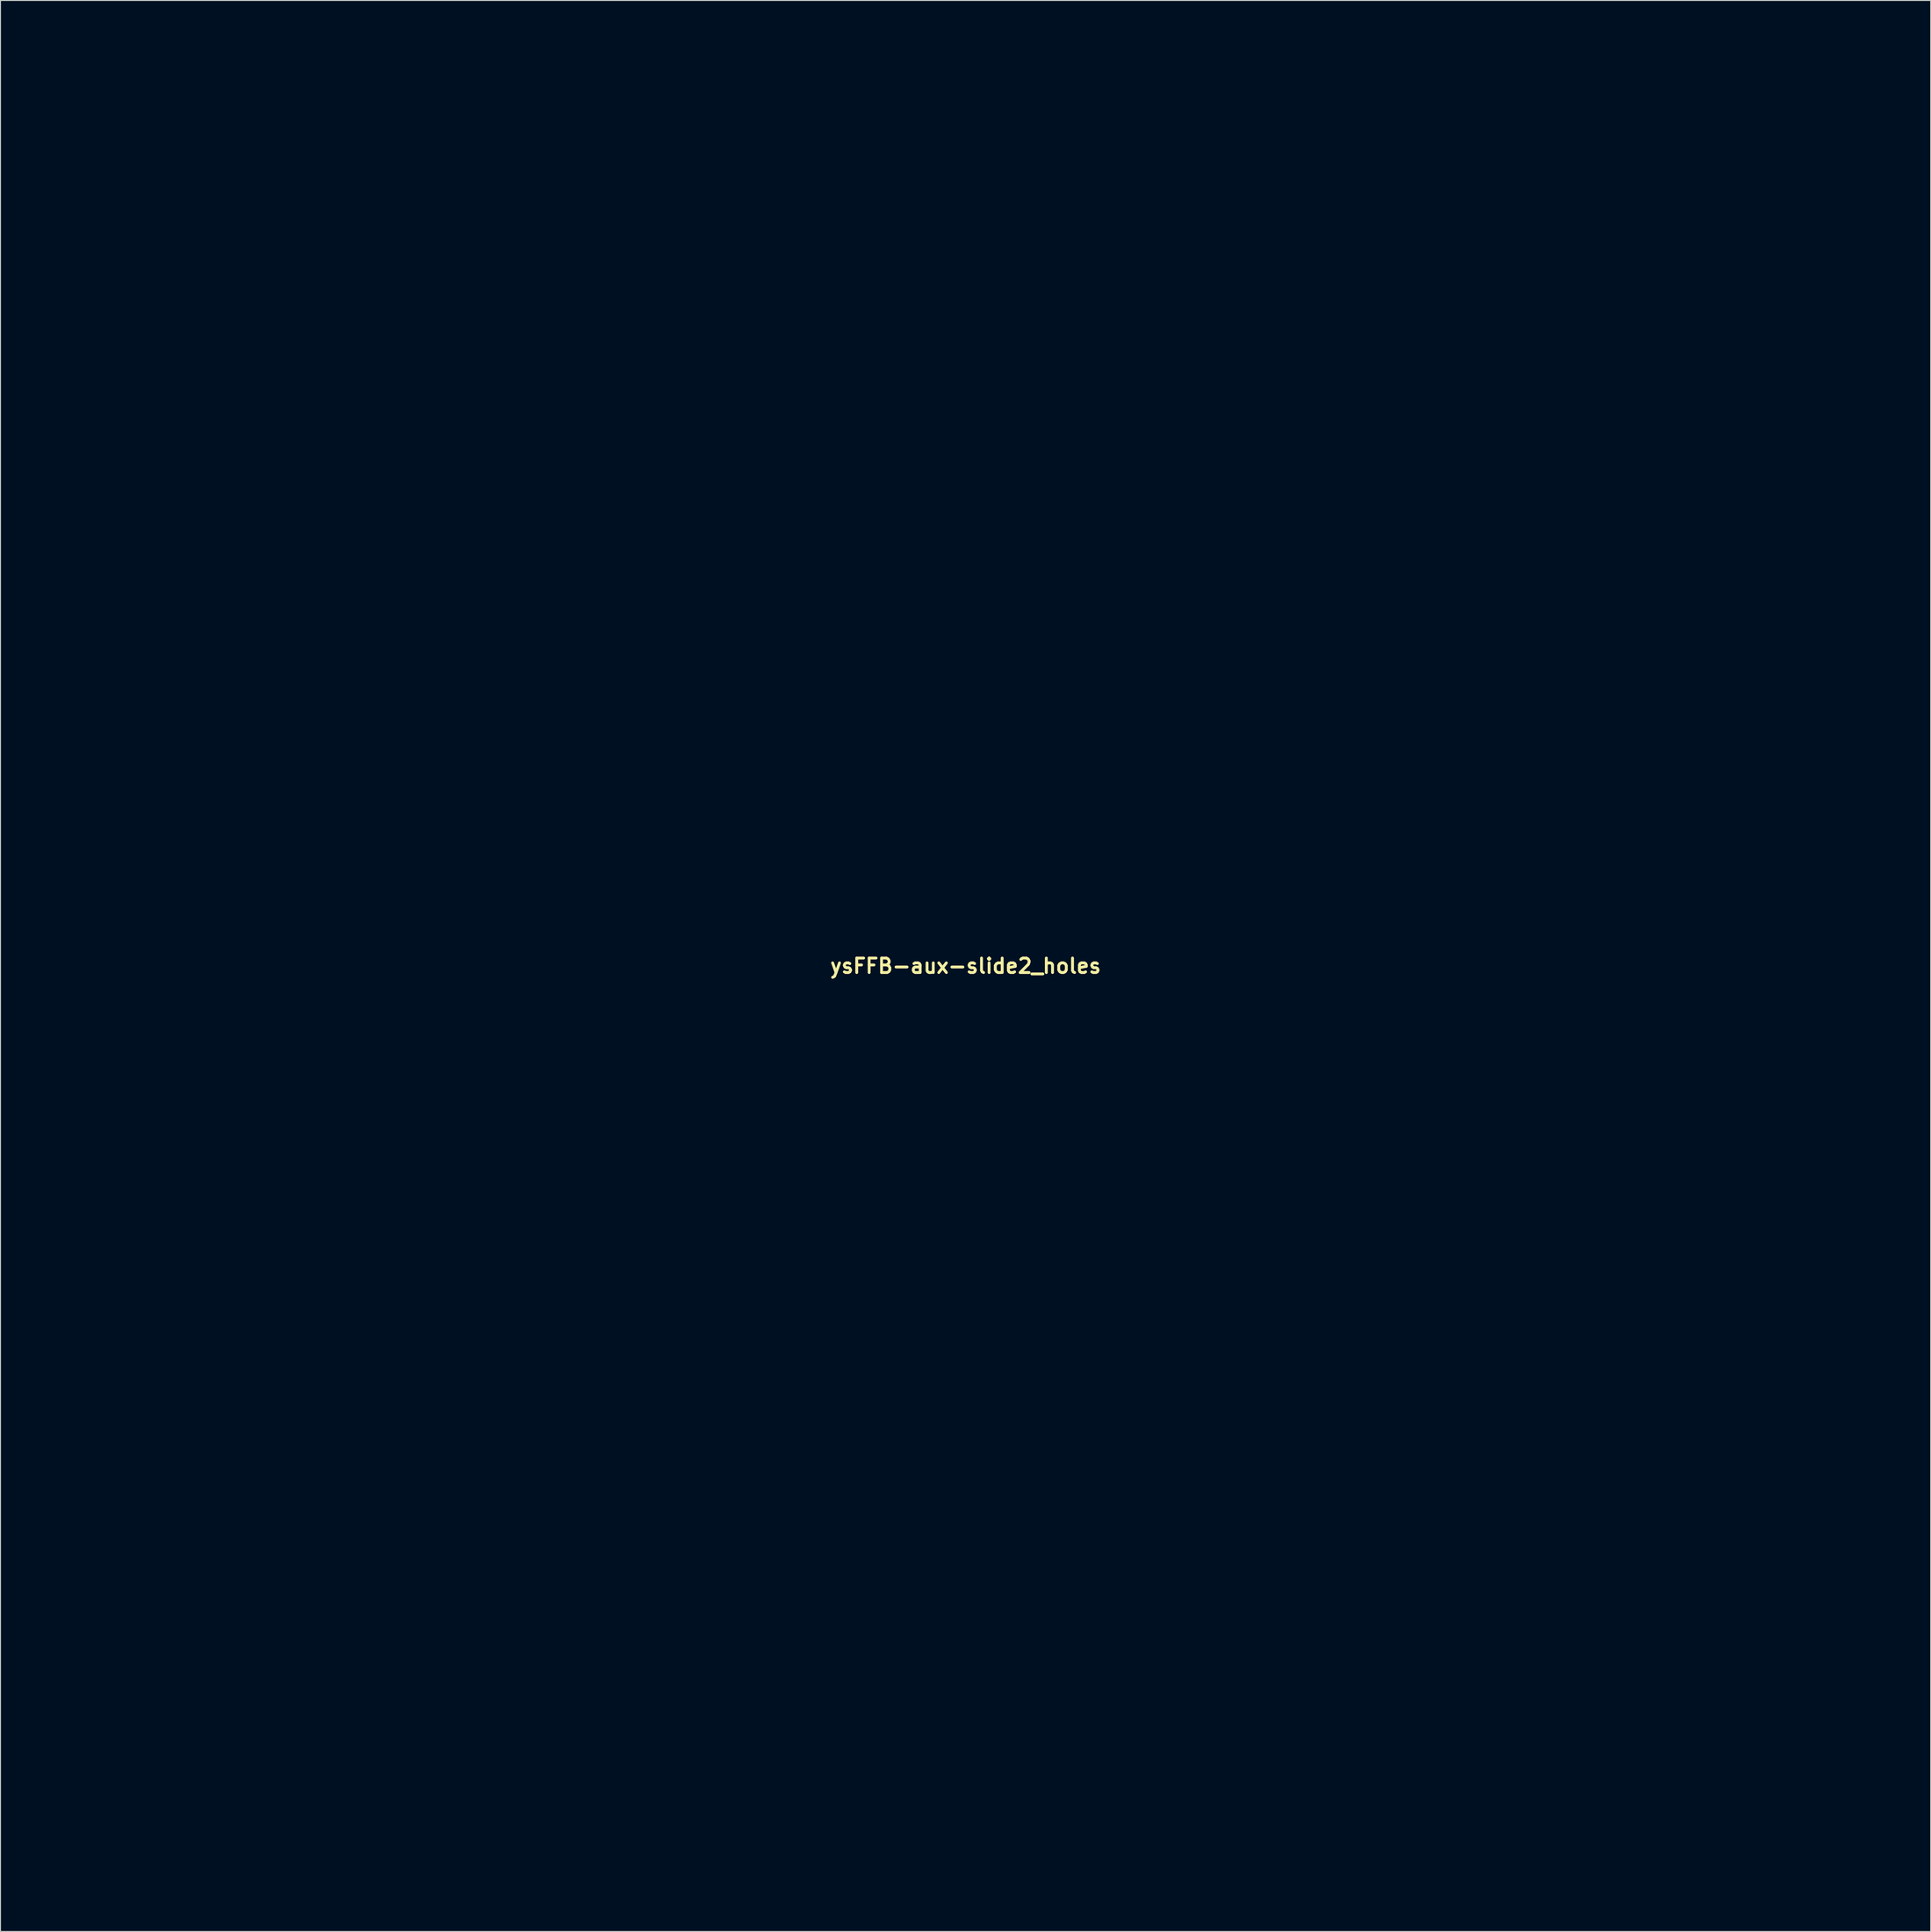
<source format=kicad_pcb>
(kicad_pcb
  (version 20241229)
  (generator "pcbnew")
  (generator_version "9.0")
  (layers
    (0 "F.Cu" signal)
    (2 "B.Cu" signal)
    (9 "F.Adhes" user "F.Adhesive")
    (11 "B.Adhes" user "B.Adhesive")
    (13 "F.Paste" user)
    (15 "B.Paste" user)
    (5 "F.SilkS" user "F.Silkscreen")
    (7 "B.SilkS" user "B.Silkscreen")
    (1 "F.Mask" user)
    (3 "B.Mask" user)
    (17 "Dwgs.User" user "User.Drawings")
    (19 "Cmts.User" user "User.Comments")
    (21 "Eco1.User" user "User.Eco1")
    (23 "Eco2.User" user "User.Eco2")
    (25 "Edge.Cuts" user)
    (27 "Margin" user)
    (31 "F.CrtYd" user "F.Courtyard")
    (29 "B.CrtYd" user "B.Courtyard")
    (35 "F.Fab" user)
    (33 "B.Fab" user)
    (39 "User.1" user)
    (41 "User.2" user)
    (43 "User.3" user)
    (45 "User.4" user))
  (footprint "ysFFB-aux-slide2_holes"
    (layer "F.Cu")
    (at 98.605 98.607)
    (property "Reference" "ysFFB-aux-slide2_holes" (at 0 0 0) (layer "F.SilkS") (effects (font (size 1.524 1.524) (thickness 0.3))))
    (attr through_hole)
    (fp_poly (pts (xy -76.2 20.015) (xy -77.8 20.015) (xy -77.8 -45.999) (xy -76.2 -45.999) (xy -76.2 20.015)) (stroke (width 0.01) (type solid)) (fill no) (layer "Eco1.User"))
    (fp_poly (pts (xy -6.198 20.015) (xy -7.798 20.015) (xy -7.798 -45.999) (xy -6.198 -45.999) (xy -6.198 20.015)) (stroke (width 0.01) (type solid)) (fill no) (layer "Eco1.User"))
    (fp_poly (pts (xy 7.798 20.015) (xy 6.198 20.015) (xy 6.198 -45.999) (xy 7.798 -45.999) (xy 7.798 20.015)) (stroke (width 0.01) (type solid)) (fill no) (layer "Eco1.User"))
    (fp_poly (pts (xy 77.8 20.015) (xy 76.2 20.015) (xy 76.2 -45.999) (xy 77.8 -45.999) (xy 77.8 20.015)) (stroke (width 0.01) (type solid)) (fill no) (layer "Eco1.User"))
    (fp_poly (pts (xy -90.202 -12.998) (xy -90.208 20.003) (xy -91.002 20.009) (xy -91.796 20.016) (xy -91.796 -45.999) (xy -90.195 -45.999) (xy -90.202 -12.998)) (stroke (width 0.01) (type solid)) (fill no) (layer "Eco1.User"))
    (fp_poly (pts (xy -20.199 -12.998) (xy -20.206 20.003) (xy -20.999 20.009) (xy -21.793 20.016) (xy -21.793 -45.999) (xy -20.193 -45.999) (xy -20.199 -12.998)) (stroke (width 0.01) (type solid)) (fill no) (layer "Eco1.User"))
    (fp_poly (pts (xy 63.798 -12.998) (xy 63.792 20.003) (xy 62.998 20.009) (xy 62.205 20.016) (xy 62.205 -45.999) (xy 63.805 -45.999) (xy 63.798 -12.998)) (stroke (width 0.01) (type solid)) (fill no) (layer "Eco1.User"))
    (fp_poly (pts (xy -93.712 -61.572) (xy -93.449 -61.504) (xy -93.205 -61.388) (xy -92.98 -61.225) (xy -92.885 -61.138) (xy -92.696 -60.921) (xy -92.555 -60.689) (xy -92.461 -60.442) (xy -92.413 -60.175) (xy -92.406 -60.008) (xy -92.429 -59.718) (xy -92.498 -59.449) (xy -92.613 -59.202) (xy -92.774 -58.977) (xy -92.861 -58.883) (xy -93.08 -58.694) (xy -93.311 -58.554) (xy -93.56 -58.46) (xy -93.829 -58.412) (xy -93.928 -58.405) (xy -94.101 -58.405) (xy -94.254 -58.418) (xy -94.323 -58.43) (xy -94.602 -58.519) (xy -94.854 -58.649) (xy -95.075 -58.818) (xy -95.262 -59.024) (xy -95.414 -59.263) (xy -95.427 -59.29) (xy -95.532 -59.557) (xy -95.589 -59.827) (xy -95.599 -60.095) (xy -95.563 -60.357) (xy -95.483 -60.607) (xy -95.361 -60.843) (xy -95.252 -60.985) (xy -94.132 -60.985) (xy -94.132 -59.004) (xy -93.878 -59.004) (xy -93.878 -60.985) (xy -94.132 -60.985) (xy -95.252 -60.985) (xy -95.198 -61.057) (xy -94.996 -61.247) (xy -94.756 -61.408) (xy -94.685 -61.446) (xy -94.461 -61.534) (xy -94.213 -61.583) (xy -93.996 -61.595) (xy -93.712 -61.572)) (stroke (width 0.01) (type solid)) (fill no) (layer "Eco1.User"))
    (fp_poly (pts (xy -62.205 20.015) (xy -62.988 20.015) (xy -63.182 20.015) (xy -63.36 20.013) (xy -63.516 20.011) (xy -63.642 20.008) (xy -63.732 20.004) (xy -63.781 20) (xy -63.788 19.998) (xy -63.789 19.972) (xy -63.789 19.897) (xy -63.79 19.772) (xy -63.79 19.599) (xy -63.791 19.38) (xy -63.792 19.114) (xy -63.792 18.803) (xy -63.793 18.448) (xy -63.794 18.05) (xy -63.794 17.609) (xy -63.795 17.127) (xy -63.795 16.605) (xy -63.796 16.043) (xy -63.796 15.442) (xy -63.797 14.804) (xy -63.797 14.13) (xy -63.798 13.419) (xy -63.798 12.674) (xy -63.799 11.896) (xy -63.799 11.084) (xy -63.8 10.24) (xy -63.8 9.366) (xy -63.801 8.461) (xy -63.801 7.527) (xy -63.801 6.565) (xy -63.802 5.576) (xy -63.802 4.561) (xy -63.803 3.521) (xy -63.803 2.456) (xy -63.803 1.367) (xy -63.803 0.256) (xy -63.804 -0.876) (xy -63.804 -2.029) (xy -63.804 -3.202) (xy -63.804 -4.393) (xy -63.804 -5.602) (xy -63.804 -6.828) (xy -63.805 -8.069) (xy -63.805 -9.326) (xy -63.805 -10.597) (xy -63.805 -11.88) (xy -63.805 -13.009) (xy -63.805 -45.999) (xy -62.205 -45.999) (xy -62.205 20.015)) (stroke (width 0.01) (type solid)) (fill no) (layer "Eco1.User"))
    (fp_poly (pts (xy 21.793 20.015) (xy 21.01 20.015) (xy 20.815 20.015) (xy 20.637 20.013) (xy 20.482 20.011) (xy 20.356 20.008) (xy 20.265 20.004) (xy 20.217 20) (xy 20.21 19.998) (xy 20.209 19.972) (xy 20.209 19.897) (xy 20.208 19.772) (xy 20.207 19.599) (xy 20.207 19.38) (xy 20.206 19.114) (xy 20.205 18.803) (xy 20.205 18.448) (xy 20.204 18.05) (xy 20.204 17.609) (xy 20.203 17.127) (xy 20.202 16.605) (xy 20.202 16.043) (xy 20.201 15.442) (xy 20.201 14.804) (xy 20.2 14.13) (xy 20.2 13.419) (xy 20.199 12.674) (xy 20.199 11.896) (xy 20.198 11.084) (xy 20.198 10.24) (xy 20.198 9.366) (xy 20.197 8.461) (xy 20.197 7.527) (xy 20.196 6.565) (xy 20.196 5.576) (xy 20.196 4.561) (xy 20.195 3.521) (xy 20.195 2.456) (xy 20.195 1.367) (xy 20.194 0.256) (xy 20.194 -0.876) (xy 20.194 -2.029) (xy 20.194 -3.202) (xy 20.194 -4.393) (xy 20.193 -5.602) (xy 20.193 -6.828) (xy 20.193 -8.069) (xy 20.193 -9.326) (xy 20.193 -10.597) (xy 20.193 -11.88) (xy 20.193 -13.009) (xy 20.193 -45.999) (xy 21.793 -45.999) (xy 21.793 20.015)) (stroke (width 0.01) (type solid)) (fill no) (layer "Eco1.User"))
    (fp_poly (pts (xy 91.796 20.015) (xy 91.012 20.015) (xy 90.818 20.015) (xy 90.64 20.013) (xy 90.485 20.011) (xy 90.358 20.008) (xy 90.268 20.004) (xy 90.219 20) (xy 90.212 19.998) (xy 90.212 19.972) (xy 90.211 19.897) (xy 90.21 19.772) (xy 90.21 19.599) (xy 90.209 19.38) (xy 90.208 19.114) (xy 90.208 18.803) (xy 90.207 18.448) (xy 90.207 18.05) (xy 90.206 17.609) (xy 90.205 17.127) (xy 90.205 16.605) (xy 90.204 16.043) (xy 90.204 15.442) (xy 90.203 14.804) (xy 90.203 14.13) (xy 90.202 13.419) (xy 90.202 12.674) (xy 90.201 11.896) (xy 90.201 11.084) (xy 90.2 10.24) (xy 90.2 9.366) (xy 90.2 8.461) (xy 90.199 7.527) (xy 90.199 6.565) (xy 90.198 5.576) (xy 90.198 4.561) (xy 90.198 3.521) (xy 90.197 2.456) (xy 90.197 1.367) (xy 90.197 0.256) (xy 90.197 -0.876) (xy 90.196 -2.029) (xy 90.196 -3.202) (xy 90.196 -4.393) (xy 90.196 -5.602) (xy 90.196 -6.828) (xy 90.196 -8.069) (xy 90.196 -9.326) (xy 90.195 -10.597) (xy 90.195 -11.88) (xy 90.195 -13.009) (xy 90.195 -45.999) (xy 91.796 -45.999) (xy 91.796 20.015)) (stroke (width 0.01) (type solid)) (fill no) (layer "Eco1.User"))
    (fp_poly (pts (xy -48.19 -12.998) (xy -48.197 20.003) (xy -48.986 20.009) (xy -49.181 20.01) (xy -49.36 20.01) (xy -49.516 20.009) (xy -49.643 20.007) (xy -49.735 20.004) (xy -49.785 20.001) (xy -49.792 19.999) (xy -49.793 19.973) (xy -49.793 19.897) (xy -49.794 19.772) (xy -49.795 19.6) (xy -49.795 19.38) (xy -49.796 19.114) (xy -49.797 18.803) (xy -49.797 18.448) (xy -49.798 18.05) (xy -49.799 17.609) (xy -49.799 17.127) (xy -49.8 16.605) (xy -49.8 16.043) (xy -49.801 15.443) (xy -49.801 14.805) (xy -49.802 14.13) (xy -49.802 13.42) (xy -49.803 12.675) (xy -49.803 11.896) (xy -49.804 11.084) (xy -49.804 10.24) (xy -49.805 9.366) (xy -49.805 8.461) (xy -49.806 7.527) (xy -49.806 6.566) (xy -49.806 5.576) (xy -49.807 4.561) (xy -49.807 3.521) (xy -49.807 2.456) (xy -49.808 1.367) (xy -49.808 0.256) (xy -49.808 -0.876) (xy -49.808 -2.029) (xy -49.809 -3.202) (xy -49.809 -4.393) (xy -49.809 -5.602) (xy -49.809 -6.828) (xy -49.809 -8.07) (xy -49.809 -9.326) (xy -49.809 -10.597) (xy -49.809 -11.88) (xy -49.809 -13.009) (xy -49.809 -45.999) (xy -48.184 -45.999) (xy -48.19 -12.998)) (stroke (width 0.01) (type solid)) (fill no) (layer "Eco1.User"))
    (fp_poly (pts (xy -34.195 -12.998) (xy -34.201 20.003) (xy -34.99 20.009) (xy -35.186 20.01) (xy -35.365 20.01) (xy -35.521 20.009) (xy -35.648 20.007) (xy -35.739 20.004) (xy -35.789 20.001) (xy -35.797 19.999) (xy -35.797 19.973) (xy -35.798 19.897) (xy -35.799 19.772) (xy -35.799 19.6) (xy -35.8 19.38) (xy -35.801 19.114) (xy -35.801 18.803) (xy -35.802 18.448) (xy -35.803 18.05) (xy -35.803 17.609) (xy -35.804 17.127) (xy -35.804 16.605) (xy -35.805 16.043) (xy -35.805 15.443) (xy -35.806 14.805) (xy -35.807 14.13) (xy -35.807 13.42) (xy -35.808 12.675) (xy -35.808 11.896) (xy -35.808 11.084) (xy -35.809 10.24) (xy -35.809 9.366) (xy -35.81 8.461) (xy -35.81 7.527) (xy -35.811 6.566) (xy -35.811 5.576) (xy -35.811 4.561) (xy -35.812 3.521) (xy -35.812 2.456) (xy -35.812 1.367) (xy -35.813 0.256) (xy -35.813 -0.876) (xy -35.813 -2.029) (xy -35.813 -3.202) (xy -35.813 -4.393) (xy -35.814 -5.602) (xy -35.814 -6.828) (xy -35.814 -8.07) (xy -35.814 -9.326) (xy -35.814 -10.597) (xy -35.814 -11.88) (xy -35.814 -13.009) (xy -35.814 -45.999) (xy -34.188 -45.999) (xy -34.195 -12.998)) (stroke (width 0.01) (type solid)) (fill no) (layer "Eco1.User"))
    (fp_poly (pts (xy 35.808 -12.998) (xy 35.801 20.003) (xy 35.012 20.009) (xy 34.817 20.01) (xy 34.638 20.01) (xy 34.482 20.009) (xy 34.355 20.007) (xy 34.263 20.004) (xy 34.213 20.001) (xy 34.206 19.999) (xy 34.205 19.973) (xy 34.204 19.897) (xy 34.204 19.772) (xy 34.203 19.6) (xy 34.202 19.38) (xy 34.202 19.114) (xy 34.201 18.803) (xy 34.2 18.448) (xy 34.2 18.05) (xy 34.199 17.609) (xy 34.199 17.127) (xy 34.198 16.605) (xy 34.198 16.043) (xy 34.197 15.443) (xy 34.196 14.805) (xy 34.196 14.13) (xy 34.195 13.42) (xy 34.195 12.675) (xy 34.194 11.896) (xy 34.194 11.084) (xy 34.193 10.24) (xy 34.193 9.366) (xy 34.193 8.461) (xy 34.192 7.527) (xy 34.192 6.566) (xy 34.191 5.576) (xy 34.191 4.561) (xy 34.191 3.521) (xy 34.19 2.456) (xy 34.19 1.367) (xy 34.19 0.256) (xy 34.19 -0.876) (xy 34.189 -2.029) (xy 34.189 -3.202) (xy 34.189 -4.393) (xy 34.189 -5.602) (xy 34.189 -6.828) (xy 34.189 -8.07) (xy 34.189 -9.326) (xy 34.188 -10.597) (xy 34.188 -11.88) (xy 34.188 -13.009) (xy 34.188 -45.999) (xy 35.814 -45.999) (xy 35.808 -12.998)) (stroke (width 0.01) (type solid)) (fill no) (layer "Eco1.User"))
    (fp_poly (pts (xy 49.803 -12.998) (xy 49.797 20.003) (xy 49.008 20.009) (xy 48.812 20.01) (xy 48.633 20.01) (xy 48.477 20.009) (xy 48.35 20.007) (xy 48.258 20.004) (xy 48.208 20.001) (xy 48.201 19.999) (xy 48.2 19.973) (xy 48.2 19.897) (xy 48.199 19.772) (xy 48.198 19.6) (xy 48.198 19.38) (xy 48.197 19.114) (xy 48.196 18.803) (xy 48.196 18.448) (xy 48.195 18.05) (xy 48.195 17.609) (xy 48.194 17.127) (xy 48.193 16.605) (xy 48.193 16.043) (xy 48.192 15.443) (xy 48.192 14.805) (xy 48.191 14.13) (xy 48.191 13.42) (xy 48.19 12.675) (xy 48.19 11.896) (xy 48.189 11.084) (xy 48.189 10.24) (xy 48.188 9.366) (xy 48.188 8.461) (xy 48.188 7.527) (xy 48.187 6.566) (xy 48.187 5.576) (xy 48.186 4.561) (xy 48.186 3.521) (xy 48.186 2.456) (xy 48.186 1.367) (xy 48.185 0.256) (xy 48.185 -0.876) (xy 48.185 -2.029) (xy 48.185 -3.202) (xy 48.184 -4.393) (xy 48.184 -5.602) (xy 48.184 -6.828) (xy 48.184 -8.07) (xy 48.184 -9.326) (xy 48.184 -10.597) (xy 48.184 -11.88) (xy 48.184 -13.009) (xy 48.184 -45.999) (xy 49.809 -45.999) (xy 49.803 -12.998)) (stroke (width 0.01) (type solid)) (fill no) (layer "Eco1.User"))
    (fp_poly (pts (xy 95.072 -61.589) (xy 95.361 -61.553) (xy 95.626 -61.473) (xy 95.868 -61.347) (xy 96.084 -61.178) (xy 96.273 -60.966) (xy 96.342 -60.868) (xy 96.441 -60.702) (xy 96.51 -60.541) (xy 96.554 -60.373) (xy 96.577 -60.183) (xy 96.582 -59.982) (xy 96.581 -59.839) (xy 96.576 -59.732) (xy 96.566 -59.65) (xy 96.549 -59.578) (xy 96.524 -59.502) (xy 96.516 -59.481) (xy 96.389 -59.213) (xy 96.227 -58.978) (xy 96.035 -58.781) (xy 95.814 -58.622) (xy 95.57 -58.504) (xy 95.305 -58.431) (xy 95.073 -58.405) (xy 94.9 -58.405) (xy 94.747 -58.418) (xy 94.678 -58.43) (xy 94.42 -58.508) (xy 94.195 -58.617) (xy 93.991 -58.764) (xy 93.819 -58.929) (xy 93.65 -59.146) (xy 93.526 -59.381) (xy 93.445 -59.629) (xy 93.406 -59.883) (xy 93.408 -60.122) (xy 94.005 -60.122) (xy 94.005 -59.868) (xy 94.869 -59.868) (xy 94.869 -59.004) (xy 95.123 -59.004) (xy 95.123 -59.868) (xy 95.987 -59.868) (xy 95.987 -60.122) (xy 95.123 -60.122) (xy 95.123 -60.985) (xy 94.869 -60.985) (xy 94.869 -60.122) (xy 94.005 -60.122) (xy 93.408 -60.122) (xy 93.408 -60.139) (xy 93.45 -60.391) (xy 93.532 -60.634) (xy 93.652 -60.862) (xy 93.809 -61.07) (xy 94.003 -61.251) (xy 94.233 -61.402) (xy 94.253 -61.412) (xy 94.45 -61.503) (xy 94.639 -61.56) (xy 94.836 -61.587) (xy 95.061 -61.589) (xy 95.072 -61.589)) (stroke (width 0.01) (type solid)) (fill no) (layer "Eco1.User"))
    (fp_poly (pts (xy -94.539 95.406) (xy -94.351 95.408) (xy -94.193 95.413) (xy -94.062 95.419) (xy -93.952 95.427) (xy -93.861 95.438) (xy -93.784 95.452) (xy -93.717 95.469) (xy -93.655 95.49) (xy -93.596 95.515) (xy -93.533 95.544) (xy -93.472 95.574) (xy -93.295 95.682) (xy -93.12 95.827) (xy -92.962 95.995) (xy -92.832 96.173) (xy -92.779 96.266) (xy -92.7 96.442) (xy -92.648 96.605) (xy -92.62 96.771) (xy -92.611 96.959) (xy -92.614 97.078) (xy -92.621 97.219) (xy -92.633 97.326) (xy -92.651 97.416) (xy -92.68 97.507) (xy -92.703 97.566) (xy -92.831 97.826) (xy -92.997 98.053) (xy -93.2 98.246) (xy -93.435 98.401) (xy -93.485 98.427) (xy -93.554 98.461) (xy -93.617 98.49) (xy -93.68 98.515) (xy -93.745 98.536) (xy -93.817 98.553) (xy -93.9 98.567) (xy -93.999 98.578) (xy -94.118 98.586) (xy -94.261 98.592) (xy -94.432 98.596) (xy -94.635 98.599) (xy -94.875 98.6) (xy -95.156 98.601) (xy -95.481 98.6) (xy -95.618 98.6) (xy -95.963 98.6) (xy -96.26 98.599) (xy -96.514 98.597) (xy -96.727 98.595) (xy -96.903 98.592) (xy -97.046 98.588) (xy -97.159 98.583) (xy -97.246 98.578) (xy -97.309 98.571) (xy -97.351 98.564) (xy -97.602 98.485) (xy -97.838 98.361) (xy -98.052 98.198) (xy -98.238 98.003) (xy -98.392 97.781) (xy -98.507 97.538) (xy -98.569 97.326) (xy -98.594 97.132) (xy -98.594 96.916) (xy -98.571 96.702) (xy -98.529 96.52) (xy -98.423 96.266) (xy -98.274 96.035) (xy -98.085 95.831) (xy -97.86 95.657) (xy -97.603 95.518) (xy -97.517 95.482) (xy -97.346 95.415) (xy -95.677 95.408) (xy -95.326 95.406) (xy -95.023 95.405) (xy -94.762 95.405) (xy -94.539 95.406)) (stroke (width 0.01) (type solid)) (fill no) (layer "Eco1.User"))
    (fp_poly (pts (xy 96.639 -98.599) (xy 96.827 -98.596) (xy 96.985 -98.592) (xy 97.117 -98.585) (xy 97.227 -98.576) (xy 97.319 -98.564) (xy 97.398 -98.549) (xy 97.468 -98.53) (xy 97.532 -98.507) (xy 97.596 -98.48) (xy 97.662 -98.448) (xy 97.721 -98.419) (xy 97.942 -98.282) (xy 98.142 -98.105) (xy 98.312 -97.895) (xy 98.447 -97.662) (xy 98.54 -97.414) (xy 98.542 -97.409) (xy 98.571 -97.254) (xy 98.585 -97.075) (xy 98.584 -96.888) (xy 98.569 -96.714) (xy 98.541 -96.584) (xy 98.451 -96.343) (xy 98.325 -96.126) (xy 98.157 -95.922) (xy 98.109 -95.872) (xy 97.934 -95.715) (xy 97.761 -95.596) (xy 97.577 -95.51) (xy 97.394 -95.453) (xy 97.352 -95.442) (xy 97.309 -95.434) (xy 97.261 -95.426) (xy 97.203 -95.42) (xy 97.132 -95.415) (xy 97.044 -95.411) (xy 96.933 -95.409) (xy 96.797 -95.406) (xy 96.63 -95.405) (xy 96.43 -95.404) (xy 96.191 -95.404) (xy 95.909 -95.404) (xy 95.582 -95.404) (xy 95.254 -95.404) (xy 94.972 -95.405) (xy 94.733 -95.406) (xy 94.532 -95.407) (xy 94.365 -95.409) (xy 94.229 -95.411) (xy 94.118 -95.414) (xy 94.03 -95.418) (xy 93.959 -95.424) (xy 93.903 -95.43) (xy 93.855 -95.437) (xy 93.814 -95.446) (xy 93.782 -95.454) (xy 93.519 -95.548) (xy 93.281 -95.685) (xy 93.071 -95.861) (xy 92.891 -96.073) (xy 92.747 -96.317) (xy 92.644 -96.584) (xy 92.614 -96.726) (xy 92.599 -96.898) (xy 92.598 -97.082) (xy 92.611 -97.257) (xy 92.639 -97.405) (xy 92.644 -97.422) (xy 92.745 -97.682) (xy 92.888 -97.917) (xy 93.064 -98.122) (xy 93.234 -98.276) (xy 93.403 -98.394) (xy 93.589 -98.487) (xy 93.701 -98.53) (xy 93.866 -98.589) (xy 95.504 -98.597) (xy 95.854 -98.599) (xy 96.157 -98.6) (xy 96.417 -98.6) (xy 96.639 -98.599)) (stroke (width 0.01) (type solid)) (fill no) (layer "Eco1.User"))
    (fp_poly (pts (xy 96.658 95.406) (xy 96.846 95.409) (xy 97.005 95.413) (xy 97.137 95.42) (xy 97.247 95.428) (xy 97.339 95.44) (xy 97.417 95.454) (xy 97.485 95.472) (xy 97.547 95.494) (xy 97.608 95.519) (xy 97.67 95.549) (xy 97.72 95.573) (xy 97.922 95.699) (xy 98.11 95.866) (xy 98.278 96.064) (xy 98.417 96.284) (xy 98.52 96.517) (xy 98.541 96.584) (xy 98.571 96.73) (xy 98.585 96.906) (xy 98.584 97.092) (xy 98.569 97.271) (xy 98.542 97.409) (xy 98.445 97.67) (xy 98.305 97.909) (xy 98.126 98.121) (xy 97.913 98.302) (xy 97.669 98.446) (xy 97.492 98.52) (xy 97.295 98.59) (xy 95.644 98.595) (xy 95.312 98.597) (xy 95.027 98.597) (xy 94.785 98.597) (xy 94.581 98.597) (xy 94.411 98.596) (xy 94.273 98.594) (xy 94.16 98.592) (xy 94.07 98.588) (xy 93.998 98.584) (xy 93.941 98.578) (xy 93.893 98.571) (xy 93.852 98.563) (xy 93.812 98.553) (xy 93.807 98.552) (xy 93.584 98.48) (xy 93.393 98.386) (xy 93.218 98.262) (xy 93.077 98.133) (xy 92.893 97.925) (xy 92.756 97.712) (xy 92.664 97.486) (xy 92.612 97.239) (xy 92.598 96.99) (xy 92.601 96.854) (xy 92.608 96.75) (xy 92.624 96.659) (xy 92.651 96.563) (xy 92.675 96.493) (xy 92.793 96.232) (xy 92.951 95.998) (xy 93.144 95.795) (xy 93.37 95.627) (xy 93.622 95.5) (xy 93.7 95.472) (xy 93.734 95.46) (xy 93.768 95.451) (xy 93.805 95.442) (xy 93.851 95.436) (xy 93.907 95.43) (xy 93.98 95.425) (xy 94.072 95.421) (xy 94.188 95.418) (xy 94.332 95.416) (xy 94.507 95.414) (xy 94.718 95.412) (xy 94.969 95.41) (xy 95.264 95.409) (xy 95.517 95.408) (xy 95.868 95.406) (xy 96.172 95.405) (xy 96.434 95.405) (xy 96.658 95.406)) (stroke (width 0.01) (type solid)) (fill no) (layer "Eco1.User"))
    (fp_poly (pts (xy -94.989 -98.602) (xy -94.754 -98.602) (xy -94.557 -98.601) (xy -94.394 -98.599) (xy -94.261 -98.597) (xy -94.154 -98.593) (xy -94.067 -98.589) (xy -93.998 -98.584) (xy -93.942 -98.578) (xy -93.895 -98.57) (xy -93.852 -98.561) (xy -93.818 -98.553) (xy -93.546 -98.458) (xy -93.3 -98.321) (xy -93.084 -98.144) (xy -92.901 -97.932) (xy -92.755 -97.687) (xy -92.703 -97.566) (xy -92.667 -97.468) (xy -92.643 -97.38) (xy -92.627 -97.284) (xy -92.618 -97.165) (xy -92.614 -97.078) (xy -92.611 -96.911) (xy -92.617 -96.78) (xy -92.633 -96.668) (xy -92.644 -96.621) (xy -92.733 -96.363) (xy -92.865 -96.125) (xy -93.034 -95.912) (xy -93.235 -95.729) (xy -93.461 -95.581) (xy -93.709 -95.475) (xy -93.828 -95.442) (xy -93.891 -95.433) (xy -93.999 -95.426) (xy -94.146 -95.419) (xy -94.328 -95.413) (xy -94.537 -95.409) (xy -94.77 -95.405) (xy -95.02 -95.402) (xy -95.282 -95.401) (xy -95.551 -95.4) (xy -95.821 -95.4) (xy -96.086 -95.402) (xy -96.342 -95.404) (xy -96.582 -95.407) (xy -96.801 -95.412) (xy -96.994 -95.417) (xy -97.156 -95.423) (xy -97.28 -95.43) (xy -97.361 -95.439) (xy -97.384 -95.443) (xy -97.651 -95.539) (xy -97.891 -95.674) (xy -98.101 -95.844) (xy -98.278 -96.043) (xy -98.42 -96.268) (xy -98.523 -96.513) (xy -98.584 -96.773) (xy -98.6 -97.045) (xy -98.569 -97.322) (xy -98.566 -97.339) (xy -98.487 -97.591) (xy -98.364 -97.829) (xy -98.202 -98.047) (xy -98.006 -98.238) (xy -97.783 -98.394) (xy -97.674 -98.451) (xy -97.612 -98.48) (xy -97.553 -98.505) (xy -97.494 -98.527) (xy -97.431 -98.545) (xy -97.359 -98.56) (xy -97.273 -98.572) (xy -97.171 -98.581) (xy -97.048 -98.589) (xy -96.9 -98.594) (xy -96.721 -98.598) (xy -96.51 -98.6) (xy -96.26 -98.601) (xy -95.968 -98.602) (xy -95.63 -98.602) (xy -95.591 -98.602) (xy -95.267 -98.602) (xy -94.989 -98.602)) (stroke (width 0.01) (type solid)) (fill no) (layer "Eco1.User"))
    (fp_poly (pts (xy 0.342 70.01) (xy 0.828 70.068) (xy 1.312 70.174) (xy 1.765 70.32) (xy 2.217 70.516) (xy 2.644 70.755) (xy 3.045 71.033) (xy 3.415 71.349) (xy 3.753 71.699) (xy 4.056 72.079) (xy 4.322 72.487) (xy 4.548 72.921) (xy 4.731 73.377) (xy 4.868 73.851) (xy 4.88 73.901) (xy 4.965 74.39) (xy 5.001 74.877) (xy 4.989 75.359) (xy 4.931 75.833) (xy 4.829 76.297) (xy 4.684 76.748) (xy 4.497 77.181) (xy 4.271 77.596) (xy 4.006 77.988) (xy 3.705 78.354) (xy 3.369 78.693) (xy 2.999 79) (xy 2.598 79.273) (xy 2.166 79.508) (xy 1.813 79.662) (xy 1.578 79.746) (xy 1.315 79.823) (xy 1.046 79.89) (xy 0.792 79.939) (xy 0.752 79.946) (xy 0.567 79.968) (xy 0.353 79.984) (xy 0.127 79.994) (xy -0.096 79.998) (xy -0.299 79.994) (xy -0.445 79.984) (xy -0.945 79.912) (xy -1.43 79.792) (xy -1.896 79.627) (xy -2.34 79.419) (xy -2.76 79.169) (xy -3.153 78.88) (xy -3.517 78.553) (xy -3.848 78.19) (xy -4.144 77.793) (xy -4.403 77.364) (xy -4.481 77.213) (xy -4.68 76.756) (xy -4.831 76.288) (xy -4.935 75.812) (xy -4.991 75.333) (xy -5 74.879) (xy -2.489 74.879) (xy -2.489 75.133) (xy -0.127 75.133) (xy -0.127 77.495) (xy 0.127 77.495) (xy 0.127 75.133) (xy 2.489 75.133) (xy 2.489 74.879) (xy 0.127 74.879) (xy 0.127 72.492) (xy -0.127 72.492) (xy -0.127 74.879) (xy -2.489 74.879) (xy -5 74.879) (xy -5 74.853) (xy -4.963 74.375) (xy -4.881 73.904) (xy -4.753 73.442) (xy -4.581 72.993) (xy -4.364 72.56) (xy -4.104 72.146) (xy -3.801 71.756) (xy -3.621 71.557) (xy -3.256 71.211) (xy -2.865 70.906) (xy -2.45 70.645) (xy -2.016 70.426) (xy -1.565 70.252) (xy -1.1 70.122) (xy -0.626 70.038) (xy -0.144 70.001) (xy 0.342 70.01)) (stroke (width 0.01) (type solid)) (fill no) (layer "Eco1.User"))
    (fp_poly (pts (xy 80.612 70.039) (xy 81.079 70.116) (xy 81.424 70.204) (xy 81.895 70.37) (xy 82.341 70.579) (xy 82.76 70.828) (xy 83.151 71.116) (xy 83.511 71.439) (xy 83.837 71.795) (xy 84.128 72.181) (xy 84.382 72.596) (xy 84.596 73.036) (xy 84.768 73.5) (xy 84.896 73.983) (xy 84.953 74.295) (xy 84.974 74.482) (xy 84.987 74.704) (xy 84.993 74.943) (xy 84.991 75.186) (xy 84.981 75.418) (xy 84.964 75.622) (xy 84.951 75.717) (xy 84.846 76.224) (xy 84.696 76.709) (xy 84.502 77.171) (xy 84.265 77.608) (xy 83.986 78.017) (xy 83.667 78.398) (xy 83.308 78.747) (xy 82.911 79.064) (xy 82.739 79.183) (xy 82.327 79.427) (xy 81.888 79.63) (xy 81.429 79.791) (xy 80.956 79.907) (xy 80.473 79.978) (xy 79.988 80.002) (xy 79.54 79.982) (xy 79.048 79.911) (xy 78.571 79.793) (xy 78.113 79.631) (xy 77.675 79.426) (xy 77.261 79.181) (xy 76.873 78.899) (xy 76.514 78.581) (xy 76.187 78.229) (xy 75.893 77.847) (xy 75.636 77.436) (xy 75.418 76.998) (xy 75.242 76.536) (xy 75.146 76.2) (xy 75.071 75.831) (xy 75.024 75.436) (xy 75.004 75.032) (xy 75.008 74.88) (xy 77.495 74.88) (xy 77.495 75.133) (xy 79.883 75.133) (xy 79.883 77.495) (xy 80.137 77.495) (xy 80.137 75.133) (xy 82.499 75.133) (xy 82.499 74.879) (xy 80.138 74.879) (xy 80.124 72.504) (xy 80.004 72.497) (xy 79.884 72.489) (xy 79.877 73.678) (xy 79.87 74.867) (xy 77.495 74.88) (xy 75.008 74.88) (xy 75.014 74.636) (xy 75.046 74.319) (xy 75.139 73.827) (xy 75.279 73.353) (xy 75.464 72.899) (xy 75.69 72.467) (xy 75.957 72.061) (xy 76.262 71.682) (xy 76.602 71.334) (xy 76.976 71.02) (xy 77.381 70.741) (xy 77.815 70.501) (xy 78.276 70.302) (xy 78.283 70.3) (xy 78.722 70.163) (xy 79.183 70.068) (xy 79.656 70.015) (xy 80.135 70.006) (xy 80.612 70.039)) (stroke (width 0.01) (type solid)) (fill no) (layer "Eco1.User"))
    (fp_poly (pts (xy -79.513 70.024) (xy -79.046 70.089) (xy -78.594 70.199) (xy -78.15 70.355) (xy -77.838 70.494) (xy -77.467 70.69) (xy -77.133 70.901) (xy -76.823 71.137) (xy -76.523 71.408) (xy -76.469 71.461) (xy -76.13 71.833) (xy -75.834 72.232) (xy -75.581 72.655) (xy -75.373 73.1) (xy -75.21 73.564) (xy -75.094 74.045) (xy -75.026 74.539) (xy -75.006 74.989) (xy -75.017 75.365) (xy -75.05 75.711) (xy -75.109 76.044) (xy -75.195 76.381) (xy -75.261 76.59) (xy -75.441 77.052) (xy -75.663 77.487) (xy -75.924 77.894) (xy -76.22 78.271) (xy -76.55 78.616) (xy -76.91 78.928) (xy -77.297 79.204) (xy -77.708 79.442) (xy -78.141 79.641) (xy -78.592 79.798) (xy -79.059 79.912) (xy -79.538 79.981) (xy -80.028 80.003) (xy -80.446 79.983) (xy -80.791 79.938) (xy -81.153 79.863) (xy -81.511 79.763) (xy -81.584 79.74) (xy -82.051 79.558) (xy -82.493 79.332) (xy -82.908 79.065) (xy -83.294 78.758) (xy -83.648 78.415) (xy -83.968 78.037) (xy -84.25 77.626) (xy -84.493 77.186) (xy -84.505 77.162) (xy -84.698 76.704) (xy -84.843 76.239) (xy -84.941 75.768) (xy -84.992 75.296) (xy -84.997 74.879) (xy -82.499 74.879) (xy -82.499 75.133) (xy -80.137 75.133) (xy -80.137 77.495) (xy -79.883 77.495) (xy -79.883 75.133) (xy -77.495 75.133) (xy -77.495 74.88) (xy -79.87 74.867) (xy -79.877 73.678) (xy -79.884 72.489) (xy -80.004 72.497) (xy -80.124 72.504) (xy -80.131 73.692) (xy -80.138 74.879) (xy -82.499 74.879) (xy -84.997 74.879) (xy -84.998 74.824) (xy -84.959 74.357) (xy -84.877 73.898) (xy -84.753 73.448) (xy -84.589 73.013) (xy -84.384 72.594) (xy -84.14 72.194) (xy -83.858 71.817) (xy -83.539 71.467) (xy -83.185 71.145) (xy -82.795 70.855) (xy -82.372 70.6) (xy -82.233 70.528) (xy -81.77 70.324) (xy -81.298 70.171) (xy -80.816 70.067) (xy -80.322 70.012) (xy -80.002 70.003) (xy -79.513 70.024)) (stroke (width 0.01) (type solid)) (fill no) (layer "Eco1.User"))
    (fp_poly (pts (xy 40.497 70.026) (xy 40.974 70.096) (xy 41.444 70.211) (xy 41.901 70.373) (xy 42.344 70.581) (xy 42.591 70.722) (xy 43.004 71.003) (xy 43.382 71.317) (xy 43.722 71.662) (xy 44.025 72.034) (xy 44.289 72.431) (xy 44.513 72.849) (xy 44.696 73.285) (xy 44.837 73.735) (xy 44.935 74.198) (xy 44.989 74.668) (xy 44.998 75.145) (xy 44.962 75.623) (xy 44.878 76.101) (xy 44.746 76.574) (xy 44.604 76.952) (xy 44.389 77.397) (xy 44.134 77.813) (xy 43.842 78.199) (xy 43.516 78.552) (xy 43.16 78.872) (xy 42.775 79.156) (xy 42.367 79.402) (xy 41.936 79.609) (xy 41.487 79.774) (xy 41.023 79.896) (xy 40.547 79.973) (xy 40.061 80.003) (xy 39.57 79.984) (xy 39.535 79.981) (xy 39.043 79.909) (xy 38.559 79.787) (xy 38.089 79.618) (xy 37.635 79.403) (xy 37.201 79.143) (xy 36.951 78.966) (xy 36.801 78.843) (xy 36.633 78.691) (xy 36.459 78.521) (xy 36.289 78.345) (xy 36.137 78.174) (xy 36.014 78.02) (xy 36.013 78.02) (xy 35.729 77.599) (xy 35.489 77.156) (xy 35.295 76.694) (xy 35.149 76.218) (xy 35.074 75.87) (xy 35.042 75.642) (xy 35.02 75.383) (xy 35.007 75.11) (xy 35.006 74.88) (xy 37.488 74.88) (xy 37.495 75) (xy 37.503 75.121) (xy 39.878 75.134) (xy 39.878 77.495) (xy 40.132 77.495) (xy 40.132 75.133) (xy 42.494 75.133) (xy 42.494 74.879) (xy 40.132 74.879) (xy 40.132 72.492) (xy 39.879 72.492) (xy 39.865 74.867) (xy 38.676 74.873) (xy 37.488 74.88) (xy 35.006 74.88) (xy 35.006 74.842) (xy 35.016 74.596) (xy 35.024 74.496) (xy 35.101 74) (xy 35.224 73.519) (xy 35.394 73.056) (xy 35.608 72.613) (xy 35.864 72.193) (xy 36.161 71.8) (xy 36.496 71.436) (xy 36.868 71.104) (xy 37.264 70.815) (xy 37.688 70.566) (xy 38.131 70.362) (xy 38.589 70.204) (xy 39.059 70.091) (xy 39.536 70.023) (xy 40.017 70.002) (xy 40.497 70.026)) (stroke (width 0.01) (type solid)) (fill no) (layer "Eco1.User"))
    (fp_poly (pts (xy -39.377 70.038) (xy -38.893 70.122) (xy -38.411 70.254) (xy -38.355 70.273) (xy -38.101 70.372) (xy -37.827 70.499) (xy -37.547 70.648) (xy -37.276 70.809) (xy -37.028 70.975) (xy -36.882 71.087) (xy -36.755 71.196) (xy -36.608 71.332) (xy -36.455 71.483) (xy -36.307 71.636) (xy -36.176 71.781) (xy -36.081 71.895) (xy -35.79 72.307) (xy -35.542 72.741) (xy -35.34 73.194) (xy -35.183 73.662) (xy -35.074 74.142) (xy -35.013 74.63) (xy -35.001 75.124) (xy -35.038 75.619) (xy -35.04 75.634) (xy -35.128 76.124) (xy -35.261 76.595) (xy -35.437 77.044) (xy -35.653 77.47) (xy -35.906 77.869) (xy -36.194 78.241) (xy -36.515 78.584) (xy -36.865 78.894) (xy -37.243 79.17) (xy -37.645 79.411) (xy -38.069 79.613) (xy -38.513 79.776) (xy -38.974 79.896) (xy -39.45 79.972) (xy -39.938 80.002) (xy -40.435 79.984) (xy -40.448 79.983) (xy -40.936 79.915) (xy -41.41 79.799) (xy -41.867 79.639) (xy -42.304 79.437) (xy -42.718 79.194) (xy -43.107 78.914) (xy -43.467 78.598) (xy -43.797 78.25) (xy -44.092 77.87) (xy -44.351 77.462) (xy -44.571 77.029) (xy -44.747 76.571) (xy -44.82 76.332) (xy -44.93 75.838) (xy -44.989 75.341) (xy -44.998 74.879) (xy -42.494 74.879) (xy -42.494 75.133) (xy -40.132 75.133) (xy -40.132 77.495) (xy -39.878 77.495) (xy -39.878 75.133) (xy -37.516 75.133) (xy -37.516 74.88) (xy -38.691 74.873) (xy -39.865 74.867) (xy -39.872 73.679) (xy -39.879 72.492) (xy -40.132 72.492) (xy -40.132 74.879) (xy -42.494 74.879) (xy -44.998 74.879) (xy -44.999 74.845) (xy -44.959 74.351) (xy -44.87 73.864) (xy -44.731 73.384) (xy -44.543 72.916) (xy -44.501 72.827) (xy -44.263 72.389) (xy -43.987 71.984) (xy -43.678 71.613) (xy -43.337 71.277) (xy -42.969 70.977) (xy -42.576 70.715) (xy -42.16 70.491) (xy -41.726 70.308) (xy -41.276 70.167) (xy -40.813 70.067) (xy -40.341 70.012) (xy -39.861 70.002) (xy -39.377 70.038)) (stroke (width 0.01) (type solid)) (fill no) (layer "Eco1.User")))
  (gr_rect
    (start -3 -3)
    (end 200.195 200.213)
    (stroke (width 0.1) (type default))
    (fill no)
    (layer "Edge.Cuts")))
</source>
